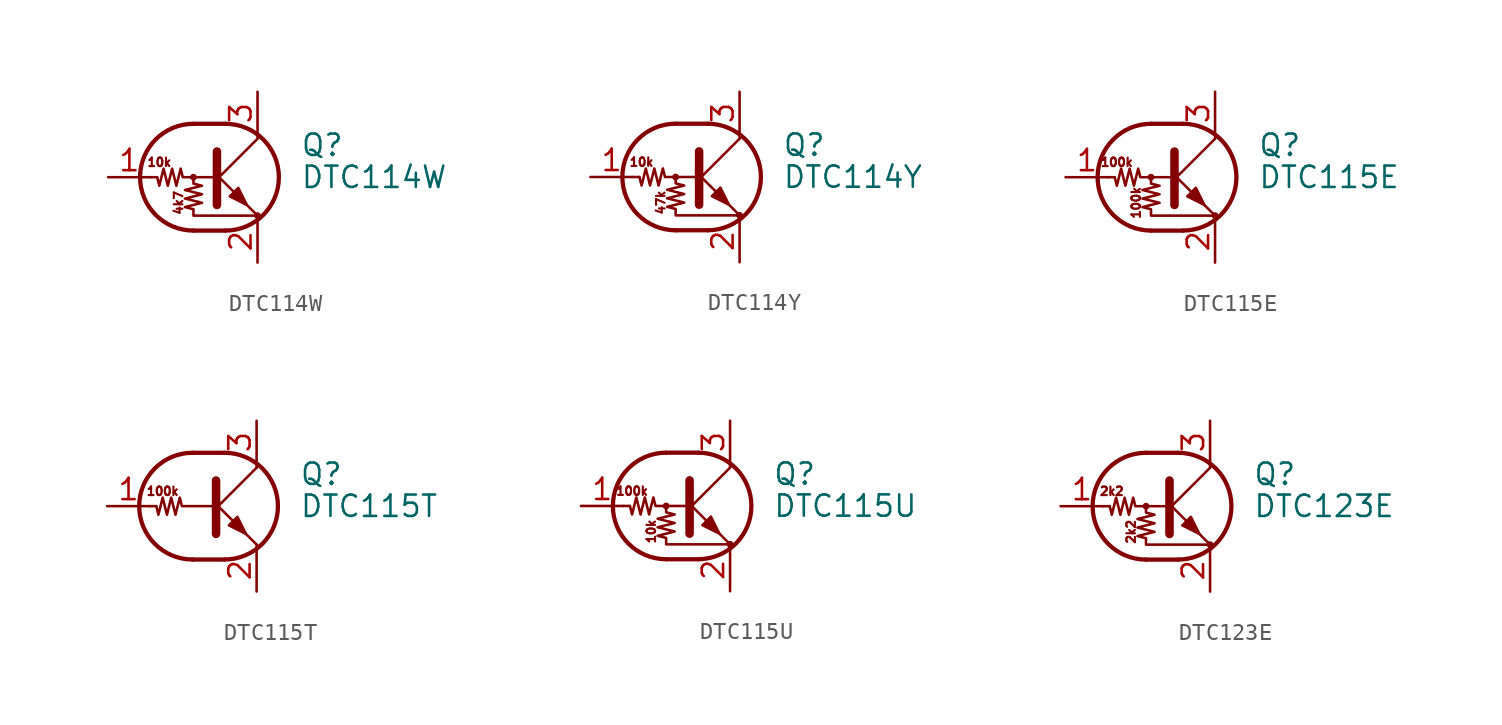
<source format=kicad_sym>
(kicad_symbol_lib
  (version 20201005)
  (generator kicad_symbol_editor)
  (symbol "DTC114W"
    (pin_names
      (offset 0) hide)
    (property "Reference" "Q"
      (at 5.08 1.905 0)
      (effects (font (size 1.27 1.27)) (justify left)))
    (property "Value" "DTC114W"
      (at 5.08 0 0)
      (effects (font (size 1.27 1.27)) (justify left)))
    (symbol "DTC114W_0_0"
      (text "10k" (at -3.302 0.889 0) (effects (font (size 0.508 0.508))))
      (text "4k7" (at -2.159 -1.524 900) (effects (font (size 0.508 0.508)))))
    (symbol "DTC114W_0_1"
      (arc (start -1.27 3.175) (end -1.27 -3.175) (radius (at -1.27 0) (length 3.175) (angles 90.1 -90.1)) (stroke (width 0.254)) (fill (type none)))
      (arc (start 0.635 -3.175) (end 0.635 3.175) (radius (at 0.635 0) (length 3.175) (angles -89.9 89.9)) (stroke (width 0.254)) (fill (type none)))
      (circle (center -1.27 0) (radius 0.127) (stroke (width 0)) (fill (type none)))
      (circle (center 2.54 -2.286) (radius 0.127) (stroke (width 0)) (fill (type none)))
      (polyline (pts (xy -3.429 0) (xy -3.81 0)) (stroke (width 0)) (fill (type none)))
      (polyline (pts (xy -1.27 -3.175) (xy 0.635 -3.175)) (stroke (width 0.254)) (fill (type none)))
      (polyline (pts (xy -1.27 3.175) (xy 0.635 3.175)) (stroke (width 0.254)) (fill (type none)))
      (polyline (pts (xy 0 -0.254) (xy 2.54 2.286)) (stroke (width 0)) (fill (type none)))
      (polyline (pts (xy 0.127 1.524) (xy 0.127 -1.651)) (stroke (width 0.508)) (fill (type outline)))
      (polyline (pts (xy 2.54 2.286) (xy 2.54 2.54)) (stroke (width 0)) (fill (type none)))
      (polyline (pts (xy 2.54 -2.286) (xy 0 0.254) (xy 0 0.254)) (stroke (width 0)) (fill (type none)))
      (polyline (pts (xy 0.889 -1.143) (xy 1.397 -0.635) (xy 1.905 -1.651) (xy 0.889 -1.143)) (stroke (width 0)) (fill (type outline)))
      (polyline (pts (xy 0 0) (xy -1.905 0) (xy -2.032 0.508) (xy -2.286 -0.508) (xy -2.54 0.508) (xy -2.794 -0.508) (xy -3.048 0.508) (xy -3.302 -0.508) (xy -3.429 0)) (stroke (width 0)) (fill (type none)))
      (polyline (pts (xy -1.27 0) (xy -1.27 -0.381) (xy -0.762 -0.508) (xy -1.778 -0.762) (xy -0.762 -1.016) (xy -1.778 -1.27) (xy -0.762 -1.524) (xy -1.778 -1.778) (xy -1.27 -1.905) (xy -1.27 -2.286) (xy 2.54 -2.286)) (stroke (width 0)) (fill (type none))))
    (symbol "DTC114W_1_1"
      (pin input line (at -6.35 0 0) (length 2.54) (name "B" (effects (font (size 1.27 1.27)))) (number "1" (effects (font (size 1.27 1.27)))))
      (pin passive line (at 2.54 -5.08 90) (length 2.54) (name "E" (effects (font (size 1.27 1.27)))) (number "2" (effects (font (size 1.27 1.27)))))
      (pin passive line (at 2.54 5.08 270) (length 2.54) (name "C" (effects (font (size 1.27 1.27)))) (number "3" (effects (font (size 1.27 1.27)))))))
  (symbol "DTC114Y"
    (pin_names
      (offset 0) hide)
    (property "Reference" "Q"
      (at 5.08 1.905 0)
      (effects (font (size 1.27 1.27)) (justify left)))
    (property "Value" "DTC114Y"
      (at 5.08 0 0)
      (effects (font (size 1.27 1.27)) (justify left)))
    (symbol "DTC114Y_0_0"
      (text "10k" (at -3.302 0.889 0) (effects (font (size 0.508 0.508))))
      (text "47k" (at -2.159 -1.524 900) (effects (font (size 0.508 0.508)))))
    (symbol "DTC114Y_0_1"
      (arc (start -1.27 3.175) (end -1.27 -3.175) (radius (at -1.27 0) (length 3.175) (angles 90.1 -90.1)) (stroke (width 0.254)) (fill (type none)))
      (arc (start 0.635 -3.175) (end 0.635 3.175) (radius (at 0.635 0) (length 3.175) (angles -89.9 89.9)) (stroke (width 0.254)) (fill (type none)))
      (circle (center -1.27 0) (radius 0.127) (stroke (width 0)) (fill (type none)))
      (circle (center 2.54 -2.286) (radius 0.127) (stroke (width 0)) (fill (type none)))
      (polyline (pts (xy -3.429 0) (xy -3.81 0)) (stroke (width 0)) (fill (type none)))
      (polyline (pts (xy -1.27 -3.175) (xy 0.635 -3.175)) (stroke (width 0.254)) (fill (type none)))
      (polyline (pts (xy -1.27 3.175) (xy 0.635 3.175)) (stroke (width 0.254)) (fill (type none)))
      (polyline (pts (xy 0 -0.254) (xy 2.54 2.286)) (stroke (width 0)) (fill (type none)))
      (polyline (pts (xy 0.127 1.524) (xy 0.127 -1.651)) (stroke (width 0.508)) (fill (type outline)))
      (polyline (pts (xy 2.54 2.286) (xy 2.54 2.54)) (stroke (width 0)) (fill (type none)))
      (polyline (pts (xy 2.54 -2.286) (xy 0 0.254) (xy 0 0.254)) (stroke (width 0)) (fill (type none)))
      (polyline (pts (xy 0.889 -1.143) (xy 1.397 -0.635) (xy 1.905 -1.651) (xy 0.889 -1.143)) (stroke (width 0)) (fill (type outline)))
      (polyline (pts (xy 0 0) (xy -1.905 0) (xy -2.032 0.508) (xy -2.286 -0.508) (xy -2.54 0.508) (xy -2.794 -0.508) (xy -3.048 0.508) (xy -3.302 -0.508) (xy -3.429 0)) (stroke (width 0)) (fill (type none)))
      (polyline (pts (xy -1.27 0) (xy -1.27 -0.381) (xy -0.762 -0.508) (xy -1.778 -0.762) (xy -0.762 -1.016) (xy -1.778 -1.27) (xy -0.762 -1.524) (xy -1.778 -1.778) (xy -1.27 -1.905) (xy -1.27 -2.286) (xy 2.54 -2.286)) (stroke (width 0)) (fill (type none))))
    (symbol "DTC114Y_1_1"
      (pin input line (at -6.35 0 0) (length 2.54) (name "B" (effects (font (size 1.27 1.27)))) (number "1" (effects (font (size 1.27 1.27)))))
      (pin passive line (at 2.54 -5.08 90) (length 2.54) (name "E" (effects (font (size 1.27 1.27)))) (number "2" (effects (font (size 1.27 1.27)))))
      (pin passive line (at 2.54 5.08 270) (length 2.54) (name "C" (effects (font (size 1.27 1.27)))) (number "3" (effects (font (size 1.27 1.27)))))))
  (symbol "DTC115E"
    (pin_names
      (offset 0) hide)
    (property "Reference" "Q"
      (at 5.08 1.905 0)
      (effects (font (size 1.27 1.27)) (justify left)))
    (property "Value" "DTC115E"
      (at 5.08 0 0)
      (effects (font (size 1.27 1.27)) (justify left)))
    (symbol "DTC115E_0_0"
      (text "100k" (at -3.302 0.889 0) (effects (font (size 0.508 0.508))))
      (text "100k" (at -2.159 -1.524 900) (effects (font (size 0.508 0.508)))))
    (symbol "DTC115E_0_1"
      (arc (start -1.27 3.175) (end -1.27 -3.175) (radius (at -1.27 0) (length 3.175) (angles 90.1 -90.1)) (stroke (width 0.254)) (fill (type none)))
      (arc (start 0.635 -3.175) (end 0.635 3.175) (radius (at 0.635 0) (length 3.175) (angles -89.9 89.9)) (stroke (width 0.254)) (fill (type none)))
      (circle (center -1.27 0) (radius 0.127) (stroke (width 0)) (fill (type none)))
      (circle (center 2.54 -2.286) (radius 0.127) (stroke (width 0)) (fill (type none)))
      (polyline (pts (xy -3.429 0) (xy -3.81 0)) (stroke (width 0)) (fill (type none)))
      (polyline (pts (xy -1.27 -3.175) (xy 0.635 -3.175)) (stroke (width 0.254)) (fill (type none)))
      (polyline (pts (xy -1.27 3.175) (xy 0.635 3.175)) (stroke (width 0.254)) (fill (type none)))
      (polyline (pts (xy 0 -0.254) (xy 2.54 2.286)) (stroke (width 0)) (fill (type none)))
      (polyline (pts (xy 0.127 1.524) (xy 0.127 -1.651)) (stroke (width 0.508)) (fill (type outline)))
      (polyline (pts (xy 2.54 2.286) (xy 2.54 2.54)) (stroke (width 0)) (fill (type none)))
      (polyline (pts (xy 2.54 -2.286) (xy 0 0.254) (xy 0 0.254)) (stroke (width 0)) (fill (type none)))
      (polyline (pts (xy 0.889 -1.143) (xy 1.397 -0.635) (xy 1.905 -1.651) (xy 0.889 -1.143)) (stroke (width 0)) (fill (type outline)))
      (polyline (pts (xy 0 0) (xy -1.905 0) (xy -2.032 0.508) (xy -2.286 -0.508) (xy -2.54 0.508) (xy -2.794 -0.508) (xy -3.048 0.508) (xy -3.302 -0.508) (xy -3.429 0)) (stroke (width 0)) (fill (type none)))
      (polyline (pts (xy -1.27 0) (xy -1.27 -0.381) (xy -0.762 -0.508) (xy -1.778 -0.762) (xy -0.762 -1.016) (xy -1.778 -1.27) (xy -0.762 -1.524) (xy -1.778 -1.778) (xy -1.27 -1.905) (xy -1.27 -2.286) (xy 2.54 -2.286)) (stroke (width 0)) (fill (type none))))
    (symbol "DTC115E_1_1"
      (pin input line (at -6.35 0 0) (length 2.54) (name "B" (effects (font (size 1.27 1.27)))) (number "1" (effects (font (size 1.27 1.27)))))
      (pin passive line (at 2.54 -5.08 90) (length 2.54) (name "E" (effects (font (size 1.27 1.27)))) (number "2" (effects (font (size 1.27 1.27)))))
      (pin passive line (at 2.54 5.08 270) (length 2.54) (name "C" (effects (font (size 1.27 1.27)))) (number "3" (effects (font (size 1.27 1.27)))))))
  (symbol "DTC115T"
    (pin_names
      (offset 0) hide)
    (property "Reference" "Q"
      (at 5.08 1.905 0)
      (effects (font (size 1.27 1.27)) (justify left)))
    (property "Value" "DTC115T"
      (at 5.08 0 0)
      (effects (font (size 1.27 1.27)) (justify left)))
    (symbol "DTC115T_0_0"
      (text "100k" (at -3.048 0.889 0) (effects (font (size 0.508 0.508))))
      (polyline (pts (xy 2.54 -2.286) (xy 2.54 -2.54)) (stroke (width 0)) (fill (type none))))
    (symbol "DTC115T_0_1"
      (arc (start -1.27 3.175) (end -1.27 -3.175) (radius (at -1.27 0) (length 3.175) (angles 90.1 -90.1)) (stroke (width 0.254)) (fill (type none)))
      (arc (start 0.635 -3.175) (end 0.635 3.175) (radius (at 0.635 0) (length 3.175) (angles -89.9 89.9)) (stroke (width 0.254)) (fill (type none)))
      (polyline (pts (xy -3.429 0) (xy -3.81 0)) (stroke (width 0)) (fill (type none)))
      (polyline (pts (xy -1.27 -3.175) (xy 0.635 -3.175)) (stroke (width 0.254)) (fill (type none)))
      (polyline (pts (xy -1.27 3.175) (xy 0.635 3.175)) (stroke (width 0.254)) (fill (type none)))
      (polyline (pts (xy 0 -0.254) (xy 2.54 2.286)) (stroke (width 0)) (fill (type none)))
      (polyline (pts (xy 0.127 1.524) (xy 0.127 -1.651)) (stroke (width 0.508)) (fill (type outline)))
      (polyline (pts (xy 2.54 2.286) (xy 2.54 2.54)) (stroke (width 0)) (fill (type none)))
      (polyline (pts (xy 2.54 -2.286) (xy 0 0.254) (xy 0 0.254)) (stroke (width 0)) (fill (type none)))
      (polyline (pts (xy 0.889 -1.143) (xy 1.397 -0.635) (xy 1.905 -1.651) (xy 0.889 -1.143)) (stroke (width 0)) (fill (type outline)))
      (polyline (pts (xy 0 0) (xy -1.905 0) (xy -2.032 0.508) (xy -2.286 -0.508) (xy -2.54 0.508) (xy -2.794 -0.508) (xy -3.048 0.508) (xy -3.302 -0.508) (xy -3.429 0)) (stroke (width 0)) (fill (type none))))
    (symbol "DTC115T_1_1"
      (pin input line (at -6.35 0 0) (length 2.54) (name "B" (effects (font (size 1.27 1.27)))) (number "1" (effects (font (size 1.27 1.27)))))
      (pin passive line (at 2.54 -5.08 90) (length 2.54) (name "E" (effects (font (size 1.27 1.27)))) (number "2" (effects (font (size 1.27 1.27)))))
      (pin passive line (at 2.54 5.08 270) (length 2.54) (name "C" (effects (font (size 1.27 1.27)))) (number "3" (effects (font (size 1.27 1.27)))))))
  (symbol "DTC115U"
    (pin_names
      (offset 0) hide)
    (property "Reference" "Q"
      (at 5.08 1.905 0)
      (effects (font (size 1.27 1.27)) (justify left)))
    (property "Value" "DTC115U"
      (at 5.08 0 0)
      (effects (font (size 1.27 1.27)) (justify left)))
    (symbol "DTC115U_0_0"
      (text "100k" (at -3.302 0.889 0) (effects (font (size 0.508 0.508))))
      (text "10k" (at -2.159 -1.524 900) (effects (font (size 0.508 0.508)))))
    (symbol "DTC115U_0_1"
      (arc (start -1.27 3.175) (end -1.27 -3.175) (radius (at -1.27 0) (length 3.175) (angles 90.1 -90.1)) (stroke (width 0.254)) (fill (type none)))
      (arc (start 0.635 -3.175) (end 0.635 3.175) (radius (at 0.635 0) (length 3.175) (angles -89.9 89.9)) (stroke (width 0.254)) (fill (type none)))
      (circle (center -1.27 0) (radius 0.127) (stroke (width 0)) (fill (type none)))
      (circle (center 2.54 -2.286) (radius 0.127) (stroke (width 0)) (fill (type none)))
      (polyline (pts (xy -3.429 0) (xy -3.81 0)) (stroke (width 0)) (fill (type none)))
      (polyline (pts (xy -1.27 -3.175) (xy 0.635 -3.175)) (stroke (width 0.254)) (fill (type none)))
      (polyline (pts (xy -1.27 3.175) (xy 0.635 3.175)) (stroke (width 0.254)) (fill (type none)))
      (polyline (pts (xy 0 -0.254) (xy 2.54 2.286)) (stroke (width 0)) (fill (type none)))
      (polyline (pts (xy 0.127 1.524) (xy 0.127 -1.651)) (stroke (width 0.508)) (fill (type outline)))
      (polyline (pts (xy 2.54 2.286) (xy 2.54 2.54)) (stroke (width 0)) (fill (type none)))
      (polyline (pts (xy 2.54 -2.286) (xy 0 0.254) (xy 0 0.254)) (stroke (width 0)) (fill (type none)))
      (polyline (pts (xy 0.889 -1.143) (xy 1.397 -0.635) (xy 1.905 -1.651) (xy 0.889 -1.143)) (stroke (width 0)) (fill (type outline)))
      (polyline (pts (xy 0 0) (xy -1.905 0) (xy -2.032 0.508) (xy -2.286 -0.508) (xy -2.54 0.508) (xy -2.794 -0.508) (xy -3.048 0.508) (xy -3.302 -0.508) (xy -3.429 0)) (stroke (width 0)) (fill (type none)))
      (polyline (pts (xy -1.27 0) (xy -1.27 -0.381) (xy -0.762 -0.508) (xy -1.778 -0.762) (xy -0.762 -1.016) (xy -1.778 -1.27) (xy -0.762 -1.524) (xy -1.778 -1.778) (xy -1.27 -1.905) (xy -1.27 -2.286) (xy 2.54 -2.286)) (stroke (width 0)) (fill (type none))))
    (symbol "DTC115U_1_1"
      (pin input line (at -6.35 0 0) (length 2.54) (name "B" (effects (font (size 1.27 1.27)))) (number "1" (effects (font (size 1.27 1.27)))))
      (pin passive line (at 2.54 -5.08 90) (length 2.54) (name "E" (effects (font (size 1.27 1.27)))) (number "2" (effects (font (size 1.27 1.27)))))
      (pin passive line (at 2.54 5.08 270) (length 2.54) (name "C" (effects (font (size 1.27 1.27)))) (number "3" (effects (font (size 1.27 1.27)))))))
  (symbol "DTC123E"
    (pin_names
      (offset 0) hide)
    (property "Reference" "Q"
      (at 5.08 1.905 0)
      (effects (font (size 1.27 1.27)) (justify left)))
    (property "Value" "DTC123E"
      (at 5.08 0 0)
      (effects (font (size 1.27 1.27)) (justify left)))
    (symbol "DTC123E_0_0"
      (text "2k2" (at -3.302 0.889 0) (effects (font (size 0.508 0.508))))
      (text "2k2" (at -2.159 -1.524 900) (effects (font (size 0.508 0.508)))))
    (symbol "DTC123E_0_1"
      (arc (start -1.27 3.175) (end -1.27 -3.175) (radius (at -1.27 0) (length 3.175) (angles 90.1 -90.1)) (stroke (width 0.254)) (fill (type none)))
      (arc (start 0.635 -3.175) (end 0.635 3.175) (radius (at 0.635 0) (length 3.175) (angles -89.9 89.9)) (stroke (width 0.254)) (fill (type none)))
      (circle (center -1.27 0) (radius 0.127) (stroke (width 0)) (fill (type none)))
      (circle (center 2.54 -2.286) (radius 0.127) (stroke (width 0)) (fill (type none)))
      (polyline (pts (xy -3.429 0) (xy -3.81 0)) (stroke (width 0)) (fill (type none)))
      (polyline (pts (xy -1.27 -3.175) (xy 0.635 -3.175)) (stroke (width 0.254)) (fill (type none)))
      (polyline (pts (xy -1.27 3.175) (xy 0.635 3.175)) (stroke (width 0.254)) (fill (type none)))
      (polyline (pts (xy 0 -0.254) (xy 2.54 2.286)) (stroke (width 0)) (fill (type none)))
      (polyline (pts (xy 0.127 1.524) (xy 0.127 -1.651)) (stroke (width 0.508)) (fill (type outline)))
      (polyline (pts (xy 2.54 2.286) (xy 2.54 2.54)) (stroke (width 0)) (fill (type none)))
      (polyline (pts (xy 2.54 -2.286) (xy 0 0.254) (xy 0 0.254)) (stroke (width 0)) (fill (type none)))
      (polyline (pts (xy 0.889 -1.143) (xy 1.397 -0.635) (xy 1.905 -1.651) (xy 0.889 -1.143)) (stroke (width 0)) (fill (type outline)))
      (polyline (pts (xy 0 0) (xy -1.905 0) (xy -2.032 0.508) (xy -2.286 -0.508) (xy -2.54 0.508) (xy -2.794 -0.508) (xy -3.048 0.508) (xy -3.302 -0.508) (xy -3.429 0)) (stroke (width 0)) (fill (type none)))
      (polyline (pts (xy -1.27 0) (xy -1.27 -0.381) (xy -0.762 -0.508) (xy -1.778 -0.762) (xy -0.762 -1.016) (xy -1.778 -1.27) (xy -0.762 -1.524) (xy -1.778 -1.778) (xy -1.27 -1.905) (xy -1.27 -2.286) (xy 2.54 -2.286)) (stroke (width 0)) (fill (type none))))
    (symbol "DTC123E_1_1"
      (pin input line (at -6.35 0 0) (length 2.54) (name "B" (effects (font (size 1.27 1.27)))) (number "1" (effects (font (size 1.27 1.27)))))
      (pin passive line (at 2.54 -5.08 90) (length 2.54) (name "E" (effects (font (size 1.27 1.27)))) (number "2" (effects (font (size 1.27 1.27)))))
      (pin passive line (at 2.54 5.08 270) (length 2.54) (name "C" (effects (font (size 1.27 1.27)))) (number "3" (effects (font (size 1.27 1.27))))))))
</source>
